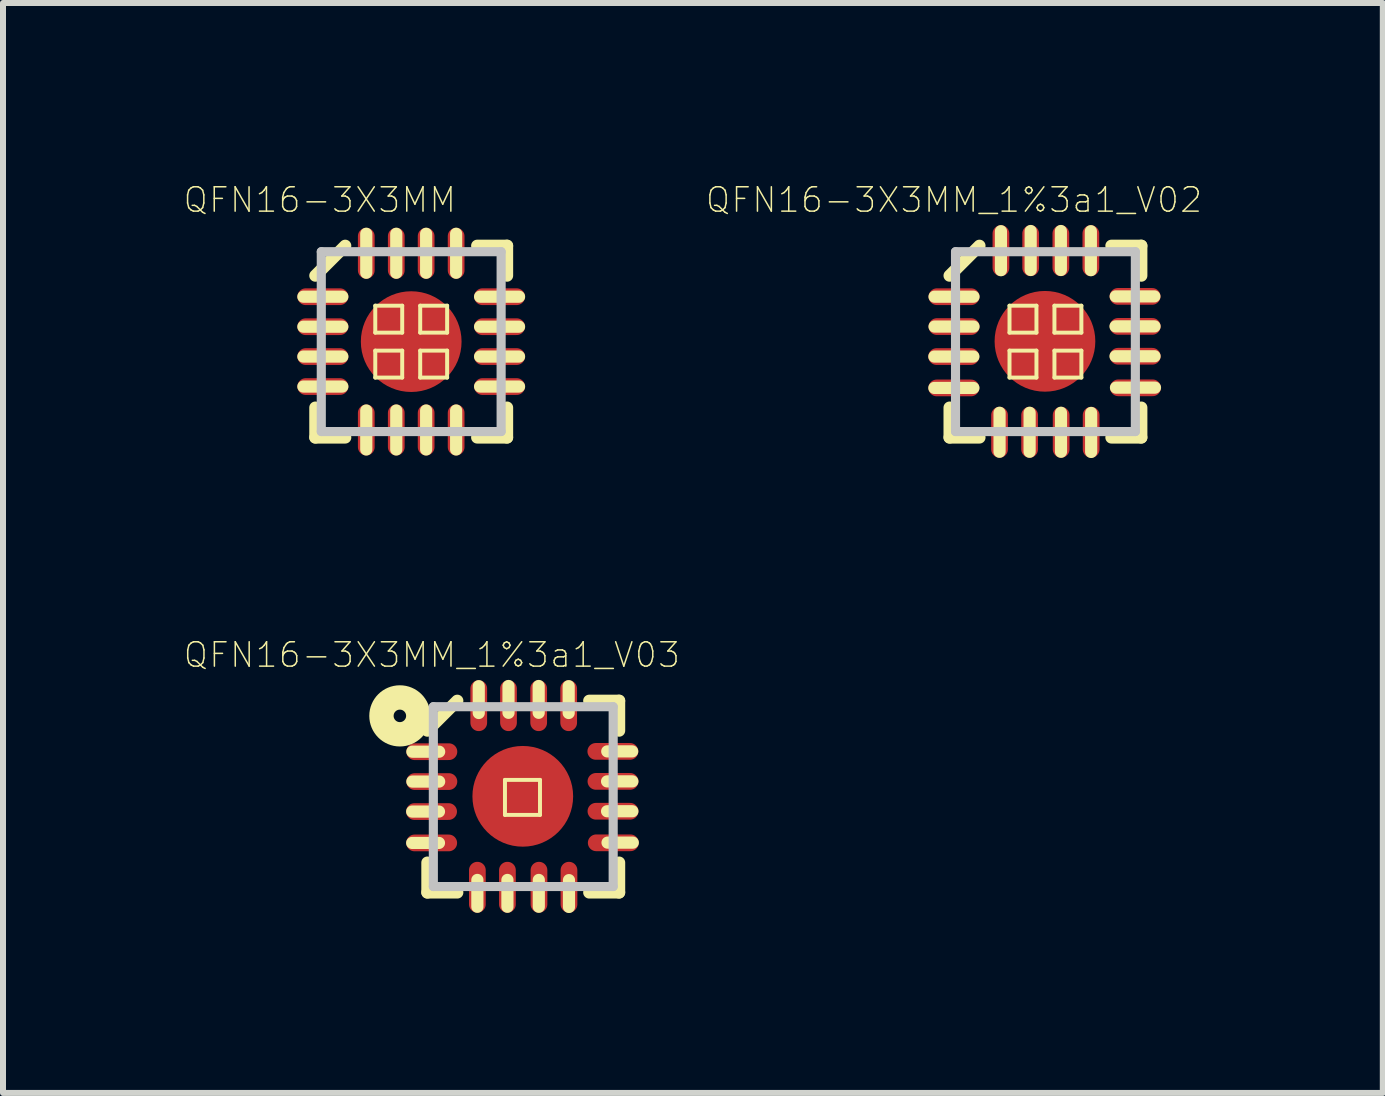
<source format=kicad_pcb>
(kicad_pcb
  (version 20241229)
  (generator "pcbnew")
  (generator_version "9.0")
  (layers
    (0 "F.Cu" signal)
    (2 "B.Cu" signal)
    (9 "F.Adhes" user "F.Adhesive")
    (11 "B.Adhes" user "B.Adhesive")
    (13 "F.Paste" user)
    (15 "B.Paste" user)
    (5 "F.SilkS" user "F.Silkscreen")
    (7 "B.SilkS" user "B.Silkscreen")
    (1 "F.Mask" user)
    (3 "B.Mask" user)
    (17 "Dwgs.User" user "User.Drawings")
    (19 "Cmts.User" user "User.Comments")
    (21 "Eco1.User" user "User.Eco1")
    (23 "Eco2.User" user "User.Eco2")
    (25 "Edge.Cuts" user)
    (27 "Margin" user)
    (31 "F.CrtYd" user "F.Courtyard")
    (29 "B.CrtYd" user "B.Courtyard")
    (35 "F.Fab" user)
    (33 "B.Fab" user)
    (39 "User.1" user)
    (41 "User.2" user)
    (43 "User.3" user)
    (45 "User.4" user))
  (footprint "QFN16-3X3MM_1%3a1_V02"
    (layer "F.Cu")
    (at 14.378 2.645)
    (property "Reference" "QFN16-3X3MM_1%3a1_V02" (at -1.524 -2.362 0) (layer "F.SilkS") (effects (font (size 0.406 0.406) (thickness 0.025))))
    (attr smd)
    (fp_line (start -1.852 0.249) (end -1.201 0.249) (stroke (width 0.203) (type solid)) (layer "F.SilkS"))
    (fp_line (start -1.852 0.772) (end -1.201 0.772) (stroke (width 0.203) (type solid)) (layer "F.SilkS"))
    (fp_line (start -1.849 -0.251) (end -1.199 -0.251) (stroke (width 0.203) (type solid)) (layer "F.SilkS"))
    (fp_line (start -1.598 -1.1) (end -1.1 -1.598) (stroke (width 0.203) (type solid)) (layer "F.SilkS"))
    (fp_line (start -1.598 1.598) (end -1.598 1.1) (stroke (width 0.203) (type solid)) (layer "F.SilkS"))
    (fp_line (start -1.199 -0.749) (end -1.849 -0.749) (stroke (width 0.203) (type solid)) (layer "F.SilkS"))
    (fp_line (start -1.1 1.598) (end -1.598 1.598) (stroke (width 0.203) (type solid)) (layer "F.SilkS"))
    (fp_line (start -0.765 1.836) (end -0.765 1.186) (stroke (width 0.203) (type solid)) (layer "F.SilkS"))
    (fp_line (start -0.742 -1.841) (end -0.742 -1.191) (stroke (width 0.203) (type solid)) (layer "F.SilkS"))
    (fp_line (start -0.599 -0.599) (end -0.15 -0.599) (stroke (width 0.066) (type solid)) (layer "F.SilkS"))
    (fp_line (start -0.599 -0.15) (end -0.599 -0.599) (stroke (width 0.066) (type solid)) (layer "F.SilkS"))
    (fp_line (start -0.599 -0.15) (end -0.15 -0.15) (stroke (width 0.066) (type solid)) (layer "F.SilkS"))
    (fp_line (start -0.599 0.15) (end -0.15 0.15) (stroke (width 0.066) (type solid)) (layer "F.SilkS"))
    (fp_line (start -0.599 0.599) (end -0.599 0.15) (stroke (width 0.066) (type solid)) (layer "F.SilkS"))
    (fp_line (start -0.599 0.599) (end -0.15 0.599) (stroke (width 0.066) (type solid)) (layer "F.SilkS"))
    (fp_line (start -0.264 1.836) (end -0.264 1.186) (stroke (width 0.203) (type solid)) (layer "F.SilkS"))
    (fp_line (start -0.246 -1.844) (end -0.246 -1.194) (stroke (width 0.203) (type solid)) (layer "F.SilkS"))
    (fp_line (start -0.15 -0.15) (end -0.15 -0.599) (stroke (width 0.066) (type solid)) (layer "F.SilkS"))
    (fp_line (start -0.15 0.599) (end -0.15 0.15) (stroke (width 0.066) (type solid)) (layer "F.SilkS"))
    (fp_line (start 0.15 -0.599) (end 0.599 -0.599) (stroke (width 0.066) (type solid)) (layer "F.SilkS"))
    (fp_line (start 0.15 -0.15) (end 0.15 -0.599) (stroke (width 0.066) (type solid)) (layer "F.SilkS"))
    (fp_line (start 0.15 -0.15) (end 0.599 -0.15) (stroke (width 0.066) (type solid)) (layer "F.SilkS"))
    (fp_line (start 0.15 0.15) (end 0.599 0.15) (stroke (width 0.066) (type solid)) (layer "F.SilkS"))
    (fp_line (start 0.15 0.599) (end 0.15 0.15) (stroke (width 0.066) (type solid)) (layer "F.SilkS"))
    (fp_line (start 0.15 0.599) (end 0.599 0.599) (stroke (width 0.066) (type solid)) (layer "F.SilkS"))
    (fp_line (start 0.257 -1.844) (end 0.257 -1.194) (stroke (width 0.203) (type solid)) (layer "F.SilkS"))
    (fp_line (start 0.259 1.836) (end 0.259 1.186) (stroke (width 0.203) (type solid)) (layer "F.SilkS"))
    (fp_line (start 0.599 -0.15) (end 0.599 -0.599) (stroke (width 0.066) (type solid)) (layer "F.SilkS"))
    (fp_line (start 0.599 0.599) (end 0.599 0.15) (stroke (width 0.066) (type solid)) (layer "F.SilkS"))
    (fp_line (start 0.757 -1.841) (end 0.757 -1.191) (stroke (width 0.203) (type solid)) (layer "F.SilkS"))
    (fp_line (start 0.762 1.839) (end 0.762 1.189) (stroke (width 0.203) (type solid)) (layer "F.SilkS"))
    (fp_line (start 1.1 -1.598) (end 1.598 -1.598) (stroke (width 0.203) (type solid)) (layer "F.SilkS"))
    (fp_line (start 1.598 -1.598) (end 1.598 -1.1) (stroke (width 0.203) (type solid)) (layer "F.SilkS"))
    (fp_line (start 1.598 1.1) (end 1.598 1.598) (stroke (width 0.203) (type solid)) (layer "F.SilkS"))
    (fp_line (start 1.598 1.598) (end 1.1 1.598) (stroke (width 0.203) (type solid)) (layer "F.SilkS"))
    (fp_line (start 1.816 -0.754) (end 1.171 -0.754) (stroke (width 0.203) (type solid)) (layer "F.SilkS"))
    (fp_line (start 1.819 -0.254) (end 1.168 -0.254) (stroke (width 0.203) (type solid)) (layer "F.SilkS"))
    (fp_line (start 1.819 0.244) (end 1.168 0.244) (stroke (width 0.203) (type solid)) (layer "F.SilkS"))
    (fp_line (start 1.826 0.767) (end 1.176 0.767) (stroke (width 0.203) (type solid)) (layer "F.SilkS"))
    (fp_line (start -1.499 -1.499) (end -1.499 1.499) (stroke (width 0.152) (type solid)) (layer "Dwgs.User"))
    (fp_line (start -1.499 1.499) (end 1.499 1.499) (stroke (width 0.152) (type solid)) (layer "Dwgs.User"))
    (fp_line (start 1.499 -1.499) (end -1.499 -1.499) (stroke (width 0.152) (type solid)) (layer "Dwgs.User"))
    (fp_line (start 1.499 1.499) (end 1.499 -1.499) (stroke (width 0.152) (type solid)) (layer "Dwgs.User"))
    (pad "1" smd oval (at -1.524 -0.749) (size 0.848 0.279) (layers "F.Cu" "F.Mask" "F.Paste"))
    (pad "2" smd oval (at -1.524 -0.251) (size 0.848 0.279) (layers "F.Cu" "F.Mask" "F.Paste"))
    (pad "3" smd oval (at -1.529 0.249) (size 0.848 0.279) (layers "F.Cu" "F.Mask" "F.Paste"))
    (pad "4" smd oval (at -1.527 0.772) (size 0.848 0.279) (layers "F.Cu" "F.Mask" "F.Paste"))
    (pad "5" smd oval (at -0.765 1.511 90) (size 0.848 0.279) (layers "F.Cu" "F.Mask" "F.Paste"))
    (pad "6" smd oval (at -0.264 1.511 90) (size 0.848 0.279) (layers "F.Cu" "F.Mask" "F.Paste"))
    (pad "7" smd oval (at 0.262 1.511 90) (size 0.848 0.279) (layers "F.Cu" "F.Mask" "F.Paste"))
    (pad "8" smd oval (at 0.762 1.511 90) (size 0.848 0.279) (layers "F.Cu" "F.Mask" "F.Paste"))
    (pad "9" smd oval (at 1.501 0.77 180) (size 0.848 0.279) (layers "F.Cu" "F.Mask" "F.Paste"))
    (pad "10" smd oval (at 1.496 0.244 180) (size 0.848 0.279) (layers "F.Cu" "F.Mask" "F.Paste"))
    (pad "11" smd oval (at 1.496 -0.254 180) (size 0.848 0.279) (layers "F.Cu" "F.Mask" "F.Paste"))
    (pad "12" smd oval (at 1.494 -0.754 180) (size 0.848 0.279) (layers "F.Cu" "F.Mask" "F.Paste"))
    (pad "13" smd oval (at 0.757 -1.516 270) (size 0.848 0.279) (layers "F.Cu" "F.Mask" "F.Paste"))
    (pad "14" smd oval (at 0.257 -1.516 270) (size 0.848 0.279) (layers "F.Cu" "F.Mask" "F.Paste"))
    (pad "15" smd oval (at -0.246 -1.516 270) (size 0.848 0.279) (layers "F.Cu" "F.Mask" "F.Paste"))
    (pad "16" smd oval (at -0.742 -1.516 270) (size 0.848 0.279) (layers "F.Cu" "F.Mask" "F.Paste"))
    (pad "EXT" smd oval (at -0.008 -0.005 180) (size 1.679 1.679) (layers "F.Cu" "F.Mask" "F.Paste")))
  (footprint "QFN16-3X3MM_1%3a1_V03"
    (layer "F.Cu")
    (at 5.673 10.23)
    (property "Reference" "QFN16-3X3MM_1%3a1_V03" (at -1.524 -2.362 0) (layer "F.SilkS") (effects (font (size 0.406 0.406) (thickness 0.025))))
    (attr smd)
    (fp_line (start -1.852 0.249) (end -1.405 0.249) (stroke (width 0.203) (type solid)) (layer "F.SilkS"))
    (fp_line (start -1.852 0.772) (end -1.405 0.772) (stroke (width 0.203) (type solid)) (layer "F.SilkS"))
    (fp_line (start -1.849 -0.251) (end -1.402 -0.251) (stroke (width 0.203) (type solid)) (layer "F.SilkS"))
    (fp_line (start -1.598 -1.1) (end -1.1 -1.598) (stroke (width 0.203) (type solid)) (layer "F.SilkS"))
    (fp_line (start -1.598 1.598) (end -1.598 1.1) (stroke (width 0.203) (type solid)) (layer "F.SilkS"))
    (fp_line (start -1.402 -0.749) (end -1.849 -0.749) (stroke (width 0.203) (type solid)) (layer "F.SilkS"))
    (fp_line (start -1.1 1.598) (end -1.598 1.598) (stroke (width 0.203) (type solid)) (layer "F.SilkS"))
    (fp_line (start -0.765 1.836) (end -0.765 1.389) (stroke (width 0.203) (type solid)) (layer "F.SilkS"))
    (fp_line (start -0.742 -1.841) (end -0.742 -1.394) (stroke (width 0.203) (type solid)) (layer "F.SilkS"))
    (fp_line (start -0.305 -0.279) (end 0.279 -0.279) (stroke (width 0.066) (type solid)) (layer "F.SilkS"))
    (fp_line (start -0.305 0.305) (end -0.305 -0.279) (stroke (width 0.066) (type solid)) (layer "F.SilkS"))
    (fp_line (start -0.305 0.305) (end 0.279 0.305) (stroke (width 0.066) (type solid)) (layer "F.SilkS"))
    (fp_line (start -0.264 1.836) (end -0.264 1.389) (stroke (width 0.203) (type solid)) (layer "F.SilkS"))
    (fp_line (start -0.246 -1.844) (end -0.246 -1.397) (stroke (width 0.203) (type solid)) (layer "F.SilkS"))
    (fp_line (start 0.257 -1.844) (end 0.257 -1.397) (stroke (width 0.203) (type solid)) (layer "F.SilkS"))
    (fp_line (start 0.259 1.836) (end 0.259 1.389) (stroke (width 0.203) (type solid)) (layer "F.SilkS"))
    (fp_line (start 0.279 0.305) (end 0.279 -0.279) (stroke (width 0.066) (type solid)) (layer "F.SilkS"))
    (fp_line (start 0.757 -1.841) (end 0.757 -1.394) (stroke (width 0.203) (type solid)) (layer "F.SilkS"))
    (fp_line (start 0.762 1.839) (end 0.762 1.392) (stroke (width 0.203) (type solid)) (layer "F.SilkS"))
    (fp_line (start 1.1 -1.598) (end 1.598 -1.598) (stroke (width 0.203) (type solid)) (layer "F.SilkS"))
    (fp_line (start 1.598 -1.598) (end 1.598 -1.1) (stroke (width 0.203) (type solid)) (layer "F.SilkS"))
    (fp_line (start 1.598 1.1) (end 1.598 1.598) (stroke (width 0.203) (type solid)) (layer "F.SilkS"))
    (fp_line (start 1.598 1.598) (end 1.1 1.598) (stroke (width 0.203) (type solid)) (layer "F.SilkS"))
    (fp_line (start 1.816 -0.754) (end 1.4 -0.754) (stroke (width 0.203) (type solid)) (layer "F.SilkS"))
    (fp_line (start 1.819 -0.254) (end 1.397 -0.254) (stroke (width 0.203) (type solid)) (layer "F.SilkS"))
    (fp_line (start 1.819 0.244) (end 1.397 0.244) (stroke (width 0.203) (type solid)) (layer "F.SilkS"))
    (fp_line (start 1.826 0.767) (end 1.405 0.767) (stroke (width 0.203) (type solid)) (layer "F.SilkS"))
    (fp_circle (center -2.057 -1.346) (end -2.057 -1.45) (stroke (width 0.406) (type solid)) (fill no) (layer "F.SilkS"))
    (fp_line (start -1.499 -1.499) (end -1.499 1.499) (stroke (width 0.152) (type solid)) (layer "Dwgs.User"))
    (fp_line (start -1.499 1.499) (end 1.499 1.499) (stroke (width 0.152) (type solid)) (layer "Dwgs.User"))
    (fp_line (start 1.499 -1.499) (end -1.499 -1.499) (stroke (width 0.152) (type solid)) (layer "Dwgs.User"))
    (fp_line (start 1.499 1.499) (end 1.499 -1.499) (stroke (width 0.152) (type solid)) (layer "Dwgs.User"))
    (pad "1" smd oval (at -1.524 -0.749) (size 0.848 0.279) (layers "F.Cu" "F.Mask" "F.Paste"))
    (pad "2" smd oval (at -1.524 -0.251) (size 0.848 0.279) (layers "F.Cu" "F.Mask" "F.Paste"))
    (pad "3" smd oval (at -1.529 0.249) (size 0.848 0.279) (layers "F.Cu" "F.Mask" "F.Paste"))
    (pad "4" smd oval (at -1.527 0.772) (size 0.848 0.279) (layers "F.Cu" "F.Mask" "F.Paste"))
    (pad "5" smd oval (at -0.765 1.511 90) (size 0.848 0.279) (layers "F.Cu" "F.Mask" "F.Paste"))
    (pad "6" smd oval (at -0.264 1.511 90) (size 0.848 0.279) (layers "F.Cu" "F.Mask" "F.Paste"))
    (pad "7" smd oval (at 0.262 1.511 90) (size 0.848 0.279) (layers "F.Cu" "F.Mask" "F.Paste"))
    (pad "8" smd oval (at 0.762 1.511 90) (size 0.848 0.279) (layers "F.Cu" "F.Mask" "F.Paste"))
    (pad "9" smd oval (at 1.501 0.77 180) (size 0.848 0.279) (layers "F.Cu" "F.Mask" "F.Paste"))
    (pad "10" smd oval (at 1.496 0.244 180) (size 0.848 0.279) (layers "F.Cu" "F.Mask" "F.Paste"))
    (pad "11" smd oval (at 1.496 -0.254 180) (size 0.848 0.279) (layers "F.Cu" "F.Mask" "F.Paste"))
    (pad "12" smd oval (at 1.494 -0.754 180) (size 0.848 0.279) (layers "F.Cu" "F.Mask" "F.Paste"))
    (pad "13" smd oval (at 0.757 -1.516 270) (size 0.848 0.279) (layers "F.Cu" "F.Mask" "F.Paste"))
    (pad "14" smd oval (at 0.257 -1.516 270) (size 0.848 0.279) (layers "F.Cu" "F.Mask" "F.Paste"))
    (pad "15" smd oval (at -0.246 -1.516 270) (size 0.848 0.279) (layers "F.Cu" "F.Mask" "F.Paste"))
    (pad "16" smd oval (at -0.742 -1.516 270) (size 0.848 0.279) (layers "F.Cu" "F.Mask" "F.Paste"))
    (pad "EXT" smd oval (at -0.008 -0.005 180) (size 1.679 1.679) (layers "F.Cu" "F.Mask" "F.Paste")))
  (footprint "QFN16-3X3MM"
    (layer "F.Cu")
    (at 3.805 2.645)
    (property "Reference" "QFN16-3X3MM" (at -1.524 -2.362 0) (layer "F.SilkS") (effects (font (size 0.406 0.406) (thickness 0.025))))
    (attr smd)
    (fp_line (start -1.798 -0.749) (end -1.148 -0.749) (stroke (width 0.203) (type solid)) (layer "F.SilkS"))
    (fp_line (start -1.798 -0.249) (end -1.148 -0.249) (stroke (width 0.203) (type solid)) (layer "F.SilkS"))
    (fp_line (start -1.798 0.249) (end -1.148 0.249) (stroke (width 0.203) (type solid)) (layer "F.SilkS"))
    (fp_line (start -1.798 0.749) (end -1.148 0.749) (stroke (width 0.203) (type solid)) (layer "F.SilkS"))
    (fp_line (start -1.598 -1.1) (end -1.1 -1.598) (stroke (width 0.203) (type solid)) (layer "F.SilkS"))
    (fp_line (start -1.598 1.598) (end -1.598 1.1) (stroke (width 0.203) (type solid)) (layer "F.SilkS"))
    (fp_line (start -1.1 1.598) (end -1.598 1.598) (stroke (width 0.203) (type solid)) (layer "F.SilkS"))
    (fp_line (start -0.749 -1.798) (end -0.749 -1.148) (stroke (width 0.203) (type solid)) (layer "F.SilkS"))
    (fp_line (start -0.749 1.798) (end -0.749 1.148) (stroke (width 0.203) (type solid)) (layer "F.SilkS"))
    (fp_line (start -0.599 -0.599) (end -0.15 -0.599) (stroke (width 0.066) (type solid)) (layer "F.SilkS"))
    (fp_line (start -0.599 -0.15) (end -0.599 -0.599) (stroke (width 0.066) (type solid)) (layer "F.SilkS"))
    (fp_line (start -0.599 -0.15) (end -0.15 -0.15) (stroke (width 0.066) (type solid)) (layer "F.SilkS"))
    (fp_line (start -0.599 0.15) (end -0.15 0.15) (stroke (width 0.066) (type solid)) (layer "F.SilkS"))
    (fp_line (start -0.599 0.599) (end -0.599 0.15) (stroke (width 0.066) (type solid)) (layer "F.SilkS"))
    (fp_line (start -0.599 0.599) (end -0.15 0.599) (stroke (width 0.066) (type solid)) (layer "F.SilkS"))
    (fp_line (start -0.249 -1.798) (end -0.249 -1.148) (stroke (width 0.203) (type solid)) (layer "F.SilkS"))
    (fp_line (start -0.249 1.798) (end -0.249 1.148) (stroke (width 0.203) (type solid)) (layer "F.SilkS"))
    (fp_line (start -0.15 -0.15) (end -0.15 -0.599) (stroke (width 0.066) (type solid)) (layer "F.SilkS"))
    (fp_line (start -0.15 0.599) (end -0.15 0.15) (stroke (width 0.066) (type solid)) (layer "F.SilkS"))
    (fp_line (start 0.15 -0.599) (end 0.599 -0.599) (stroke (width 0.066) (type solid)) (layer "F.SilkS"))
    (fp_line (start 0.15 -0.15) (end 0.15 -0.599) (stroke (width 0.066) (type solid)) (layer "F.SilkS"))
    (fp_line (start 0.15 -0.15) (end 0.599 -0.15) (stroke (width 0.066) (type solid)) (layer "F.SilkS"))
    (fp_line (start 0.15 0.15) (end 0.599 0.15) (stroke (width 0.066) (type solid)) (layer "F.SilkS"))
    (fp_line (start 0.15 0.599) (end 0.15 0.15) (stroke (width 0.066) (type solid)) (layer "F.SilkS"))
    (fp_line (start 0.15 0.599) (end 0.599 0.599) (stroke (width 0.066) (type solid)) (layer "F.SilkS"))
    (fp_line (start 0.249 -1.798) (end 0.249 -1.148) (stroke (width 0.203) (type solid)) (layer "F.SilkS"))
    (fp_line (start 0.249 1.798) (end 0.249 1.148) (stroke (width 0.203) (type solid)) (layer "F.SilkS"))
    (fp_line (start 0.599 -0.15) (end 0.599 -0.599) (stroke (width 0.066) (type solid)) (layer "F.SilkS"))
    (fp_line (start 0.599 0.599) (end 0.599 0.15) (stroke (width 0.066) (type solid)) (layer "F.SilkS"))
    (fp_line (start 0.749 -1.798) (end 0.749 -1.148) (stroke (width 0.203) (type solid)) (layer "F.SilkS"))
    (fp_line (start 0.749 1.798) (end 0.749 1.148) (stroke (width 0.203) (type solid)) (layer "F.SilkS"))
    (fp_line (start 1.1 -1.598) (end 1.598 -1.598) (stroke (width 0.203) (type solid)) (layer "F.SilkS"))
    (fp_line (start 1.598 -1.598) (end 1.598 -1.1) (stroke (width 0.203) (type solid)) (layer "F.SilkS"))
    (fp_line (start 1.598 1.1) (end 1.598 1.598) (stroke (width 0.203) (type solid)) (layer "F.SilkS"))
    (fp_line (start 1.598 1.598) (end 1.1 1.598) (stroke (width 0.203) (type solid)) (layer "F.SilkS"))
    (fp_line (start 1.798 -0.749) (end 1.148 -0.749) (stroke (width 0.203) (type solid)) (layer "F.SilkS"))
    (fp_line (start 1.798 -0.249) (end 1.148 -0.249) (stroke (width 0.203) (type solid)) (layer "F.SilkS"))
    (fp_line (start 1.798 0.249) (end 1.148 0.249) (stroke (width 0.203) (type solid)) (layer "F.SilkS"))
    (fp_line (start 1.798 0.749) (end 1.148 0.749) (stroke (width 0.203) (type solid)) (layer "F.SilkS"))
    (fp_line (start -1.499 -1.499) (end -1.499 1.499) (stroke (width 0.152) (type solid)) (layer "Dwgs.User"))
    (fp_line (start -1.499 1.499) (end 1.499 1.499) (stroke (width 0.152) (type solid)) (layer "Dwgs.User"))
    (fp_line (start 1.499 -1.499) (end -1.499 -1.499) (stroke (width 0.152) (type solid)) (layer "Dwgs.User"))
    (fp_line (start 1.499 1.499) (end 1.499 -1.499) (stroke (width 0.152) (type solid)) (layer "Dwgs.User"))
    (pad "1" smd oval (at -1.473 -0.749) (size 0.848 0.279) (layers "F.Cu" "F.Mask" "F.Paste"))
    (pad "2" smd oval (at -1.473 -0.249) (size 0.848 0.279) (layers "F.Cu" "F.Mask" "F.Paste"))
    (pad "3" smd oval (at -1.473 0.249) (size 0.848 0.279) (layers "F.Cu" "F.Mask" "F.Paste"))
    (pad "4" smd oval (at -1.473 0.749) (size 0.848 0.279) (layers "F.Cu" "F.Mask" "F.Paste"))
    (pad "5" smd oval (at -0.749 1.473 90) (size 0.848 0.279) (layers "F.Cu" "F.Mask" "F.Paste"))
    (pad "6" smd oval (at -0.249 1.473 90) (size 0.848 0.279) (layers "F.Cu" "F.Mask" "F.Paste"))
    (pad "7" smd oval (at 0.249 1.473 90) (size 0.848 0.279) (layers "F.Cu" "F.Mask" "F.Paste"))
    (pad "8" smd oval (at 0.749 1.473 90) (size 0.848 0.279) (layers "F.Cu" "F.Mask" "F.Paste"))
    (pad "9" smd oval (at 1.473 0.749 180) (size 0.848 0.279) (layers "F.Cu" "F.Mask" "F.Paste"))
    (pad "10" smd oval (at 1.473 0.249 180) (size 0.848 0.279) (layers "F.Cu" "F.Mask" "F.Paste"))
    (pad "11" smd oval (at 1.473 -0.249 180) (size 0.848 0.279) (layers "F.Cu" "F.Mask" "F.Paste"))
    (pad "12" smd oval (at 1.473 -0.749 180) (size 0.848 0.279) (layers "F.Cu" "F.Mask" "F.Paste"))
    (pad "13" smd oval (at 0.749 -1.473 270) (size 0.848 0.279) (layers "F.Cu" "F.Mask" "F.Paste"))
    (pad "14" smd oval (at 0.249 -1.473 270) (size 0.848 0.279) (layers "F.Cu" "F.Mask" "F.Paste"))
    (pad "15" smd oval (at -0.249 -1.473 270) (size 0.848 0.279) (layers "F.Cu" "F.Mask" "F.Paste"))
    (pad "16" smd oval (at -0.749 -1.473 270) (size 0.848 0.279) (layers "F.Cu" "F.Mask" "F.Paste"))
    (pad "EXT" smd oval (at 0 0) (size 1.679 1.679) (layers "F.Cu" "F.Mask" "F.Paste")))
  (gr_rect
    (start -3 -3)
    (end 20.002 15.17)
    (stroke (width 0.1) (type default))
    (fill no)
    (layer "Edge.Cuts")))
</source>
